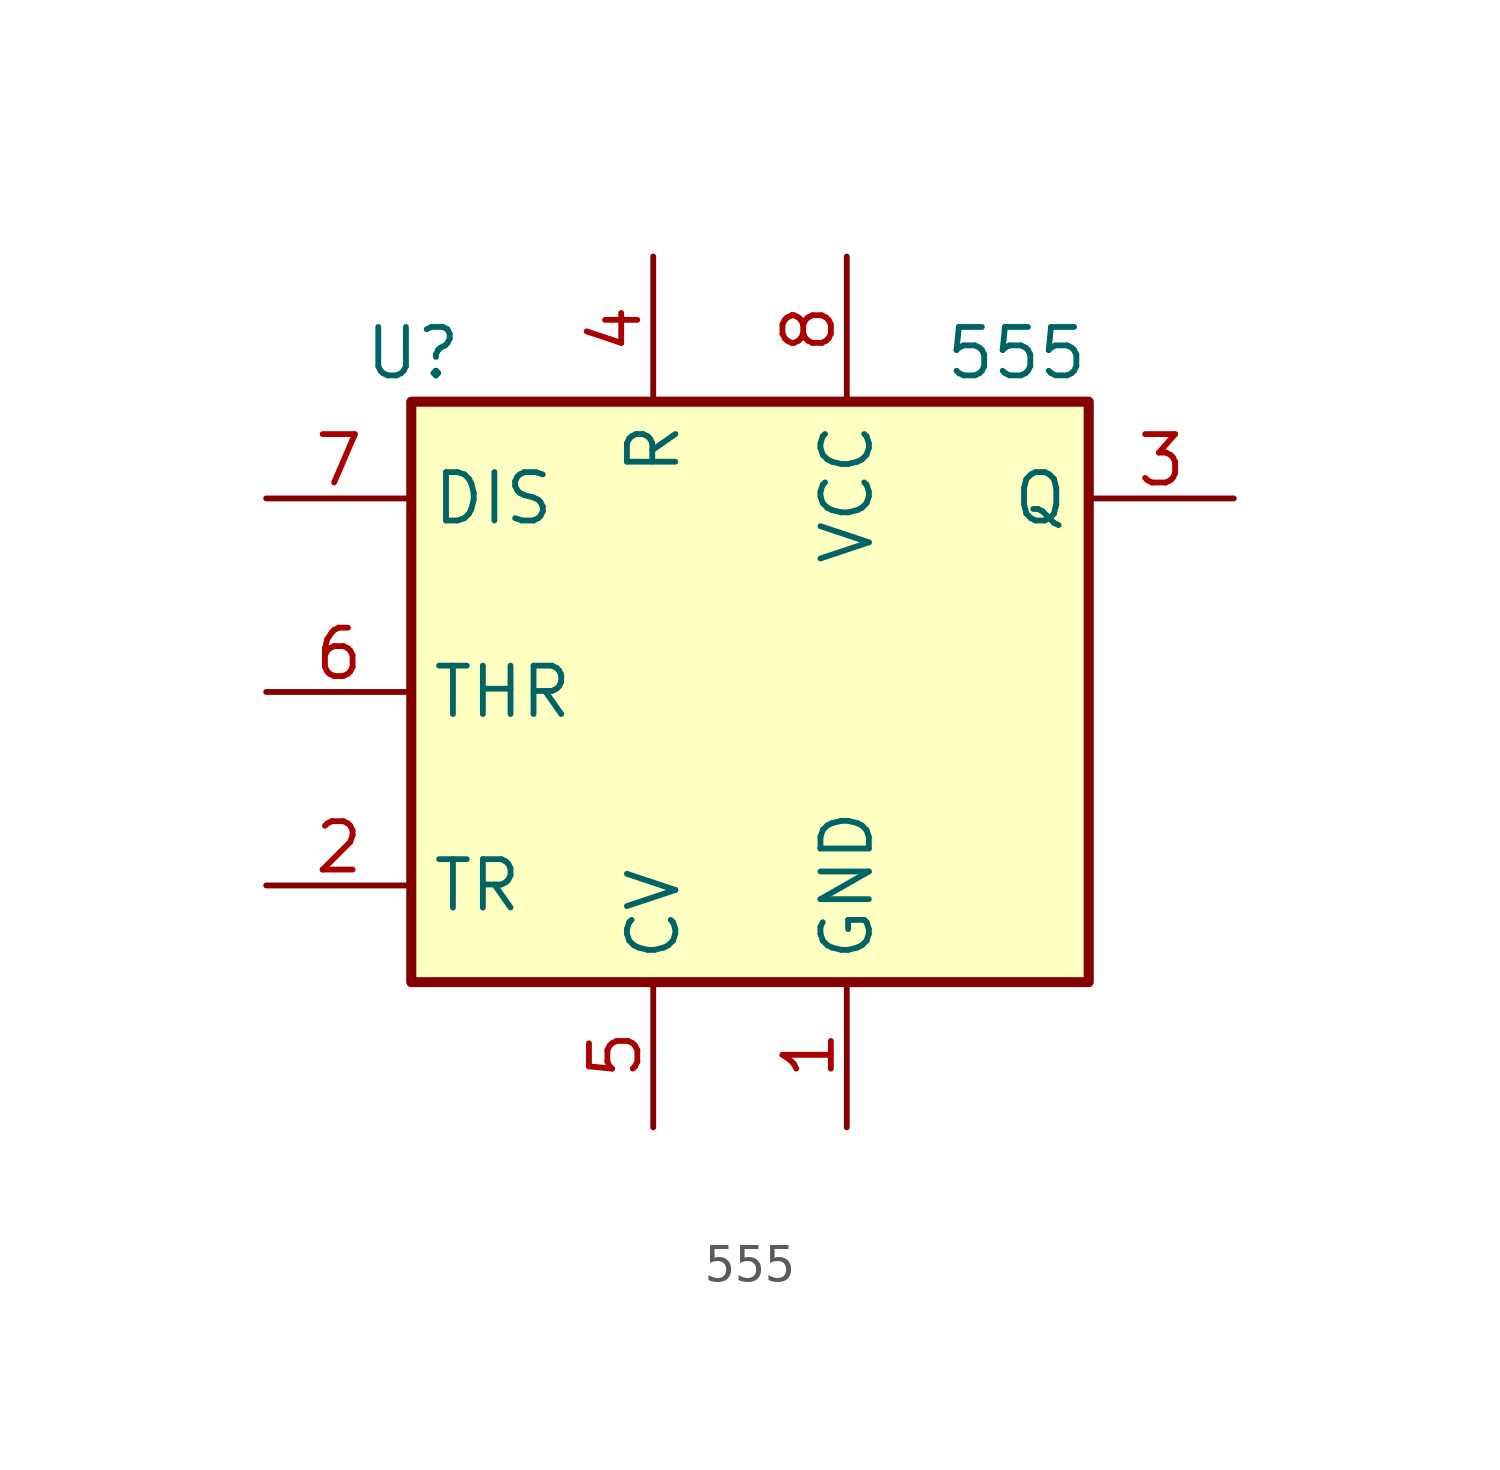
<source format=kicad_sym>
(kicad_symbol_lib
  (version 20211014)
  (generator kicad_symbol_editor)
  (symbol "555"
    (property "Reference" "U"
      (at -10.16 8.89 0)
      (effects (font (size 1.27 1.27)) (justify left)))
    (property "Value" "555"
      (at 5.08 8.89 0)
      (effects (font (size 1.27 1.27)) (justify left)))
    (symbol "555_0_0"
      (pin power_in line (at 2.54 11.43 270) (length 3.81) (name "VCC" (effects (font (size 1.27 1.27)))) (number "8" (effects (font (size 1.27 1.27))))))
    (symbol "555_0_1"
      (rectangle (start -8.89 -7.62) (end 8.89 7.62) (stroke (width 0.254) (type default) (color 0 0 0 0)) (fill (type background)))
      (rectangle (start -8.89 -7.62) (end 8.89 7.62) (stroke (width 0.254) (type default) (color 0 0 0 0)) (fill (type background))))
    (symbol "555_1_0"
      (pin power_in line (at 2.54 -11.43 90) (length 3.81) (name "GND" (effects (font (size 1.27 1.27)))) (number "1" (effects (font (size 1.27 1.27))))))
    (symbol "555_1_1"
      (pin input line (at -12.7 -5.08 0) (length 3.81) (name "TR" (effects (font (size 1.27 1.27)))) (number "2" (effects (font (size 1.27 1.27)))))
      (pin output line (at 12.7 5.08 180) (length 3.81) (name "Q" (effects (font (size 1.27 1.27)))) (number "3" (effects (font (size 1.27 1.27)))))
      (pin input line (at -2.54 11.43 270) (length 3.81) (name "R" (effects (font (size 1.27 1.27)))) (number "4" (effects (font (size 1.27 1.27)))))
      (pin input line (at -2.54 -11.43 90) (length 3.81) (name "CV" (effects (font (size 1.27 1.27)))) (number "5" (effects (font (size 1.27 1.27)))))
      (pin input line (at -12.7 0 0) (length 3.81) (name "THR" (effects (font (size 1.27 1.27)))) (number "6" (effects (font (size 1.27 1.27)))))
      (pin input line (at -12.7 5.08 0) (length 3.81) (name "DIS" (effects (font (size 1.27 1.27)))) (number "7" (effects (font (size 1.27 1.27))))))))
</source>
